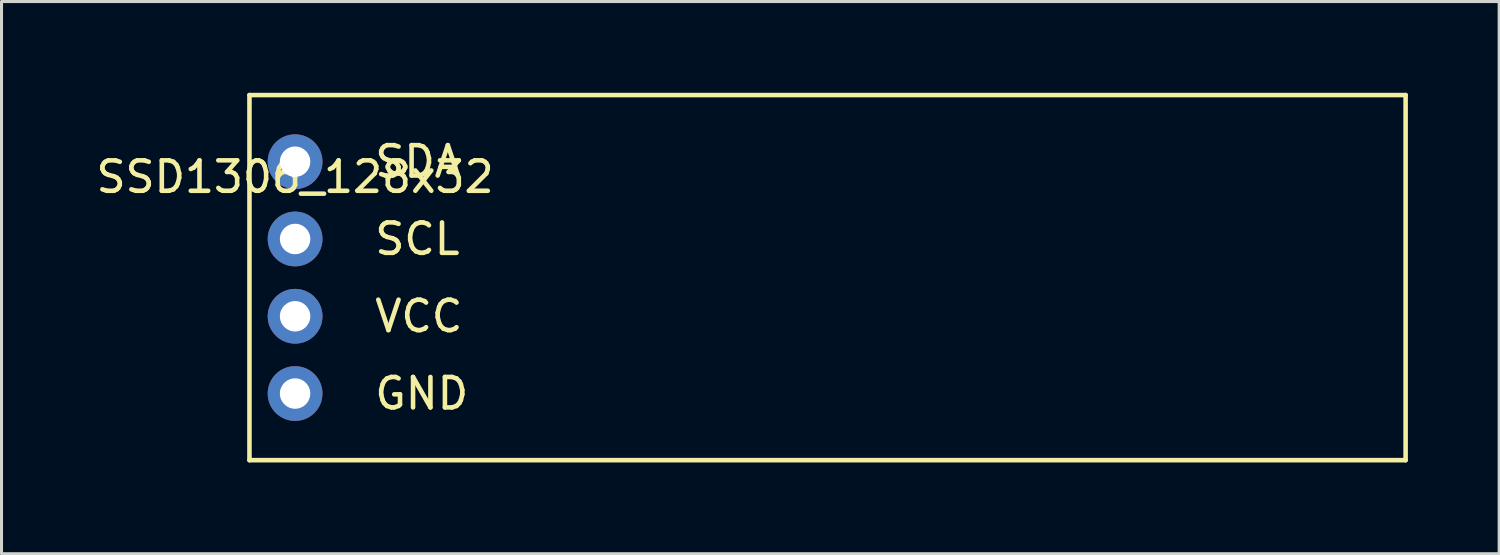
<source format=kicad_pcb>
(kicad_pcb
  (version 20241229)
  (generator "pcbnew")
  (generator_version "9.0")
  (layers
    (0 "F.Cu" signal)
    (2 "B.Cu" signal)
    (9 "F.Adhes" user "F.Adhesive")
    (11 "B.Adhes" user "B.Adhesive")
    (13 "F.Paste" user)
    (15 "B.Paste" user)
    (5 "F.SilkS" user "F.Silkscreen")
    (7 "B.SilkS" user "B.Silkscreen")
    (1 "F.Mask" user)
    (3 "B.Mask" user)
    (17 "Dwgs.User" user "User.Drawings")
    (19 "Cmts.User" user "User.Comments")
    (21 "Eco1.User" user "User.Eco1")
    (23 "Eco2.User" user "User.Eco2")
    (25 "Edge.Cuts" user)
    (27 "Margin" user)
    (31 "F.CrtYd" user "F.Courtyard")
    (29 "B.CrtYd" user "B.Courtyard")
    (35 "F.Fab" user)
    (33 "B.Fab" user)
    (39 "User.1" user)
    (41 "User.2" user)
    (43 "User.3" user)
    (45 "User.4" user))
  (footprint "SSD1306_128x32"
    (layer "F.Cu")
    (at 6.649 2.265)
    (property "Reference" "SSD1306_128x32" (at 0 0.5 0) (layer "F.SilkS") (effects (font (size 1 1) (thickness 0.15))))
    (attr through_hole)
    (fp_line (start -1.5 -2.19) (end -1.5 9.81) (stroke (width 0.15) (type solid)) (layer "F.SilkS"))
    (fp_line (start -1.5 -2.19) (end 36.5 -2.19) (stroke (width 0.15) (type solid)) (layer "F.SilkS"))
    (fp_line (start -1.5 9.81) (end 36.5 9.81) (stroke (width 0.15) (type solid)) (layer "F.SilkS"))
    (fp_line (start 36.5 -2.19) (end 36.5 9.81) (stroke (width 0.15) (type solid)) (layer "F.SilkS"))
    (fp_text user "VCC" (at 2.54 5.08 0) (layer "F.SilkS") (effects (font (size 1 1) (thickness 0.15)) (justify left)))
    (fp_text user "SCL" (at 2.54 2.54 0) (layer "F.SilkS") (effects (font (size 1 1) (thickness 0.15)) (justify left)))
    (fp_text user "GND" (at 2.54 7.62 0) (layer "F.SilkS") (effects (font (size 1 1) (thickness 0.15)) (justify left)))
    (fp_text user "SDA" (at 2.54 0 0) (layer "F.SilkS") (effects (font (size 1 1) (thickness 0.15)) (justify left)))
    (pad "1" thru_hole circle (at 0 0) (size 1.8 1.8) (drill 1) (layers "*.Cu" "*.Mask"))
    (pad "2" thru_hole circle (at 0 2.54) (size 1.8 1.8) (drill 1) (layers "*.Cu" "*.Mask"))
    (pad "3" thru_hole circle (at 0 5.08) (size 1.8 1.8) (drill 1) (layers "*.Cu" "*.Mask"))
    (pad "4" thru_hole circle (at 0 7.62) (size 1.8 1.8) (drill 1) (layers "*.Cu" "*.Mask")))
  (gr_rect
    (start -3 -3)
    (end 46.224 15.15)
    (stroke (width 0.1) (type default))
    (fill no)
    (layer "Edge.Cuts")))
</source>
